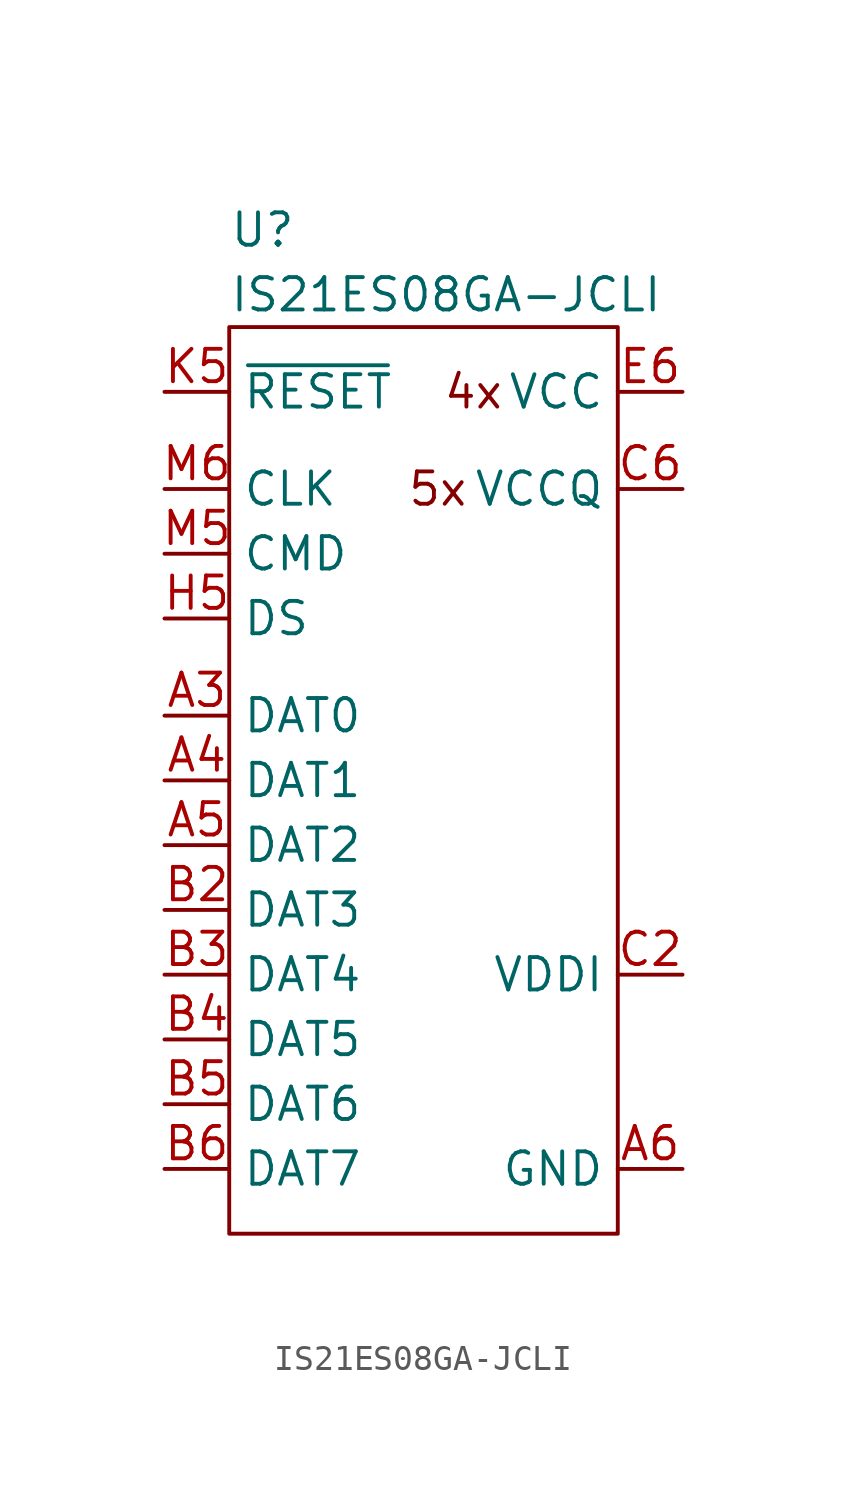
<source format=kicad_sym>
(kicad_symbol_lib
  (version 20220914)
  (generator kicad_symbol_editor)
  (symbol "IS21ES08GA-JCLI"
    (property "Reference" "U"
      (at 0 3.81 0)
      (effects (font (size 1.27 1.27)) (justify left)))
    (property "Value" "IS21ES08GA-JCLI"
      (at 0 1.27 0)
      (effects (font (size 1.27 1.27)) (justify left)))
    (symbol "IS21ES08GA-JCLI_0_0"
      (pin unspecified line (at 8.89 -12.7 0) (length 2.54) hide (name "NC" (effects (font (size 1.27 1.27)))) (number "A1" (effects (font (size 1.27 1.27)))))
      (pin unspecified line (at 8.89 -12.7 0) (length 2.54) hide (name "NC" (effects (font (size 1.27 1.27)))) (number "A10" (effects (font (size 1.27 1.27)))))
      (pin unspecified line (at 8.89 -12.7 0) (length 2.54) hide (name "NC" (effects (font (size 1.27 1.27)))) (number "A11" (effects (font (size 1.27 1.27)))))
      (pin unspecified line (at 8.89 -12.7 0) (length 2.54) hide (name "NC" (effects (font (size 1.27 1.27)))) (number "A12" (effects (font (size 1.27 1.27)))))
      (pin unspecified line (at 8.89 -12.7 0) (length 2.54) hide (name "NC" (effects (font (size 1.27 1.27)))) (number "A13" (effects (font (size 1.27 1.27)))))
      (pin unspecified line (at 8.89 -12.7 0) (length 2.54) hide (name "NC" (effects (font (size 1.27 1.27)))) (number "A14" (effects (font (size 1.27 1.27)))))
      (pin unspecified line (at 8.89 -12.7 0) (length 2.54) hide (name "NC" (effects (font (size 1.27 1.27)))) (number "A2" (effects (font (size 1.27 1.27)))))
      (pin unspecified line (at -2.54 -15.24 0) (length 2.54) (name "DAT0" (effects (font (size 1.27 1.27)))) (number "A3" (effects (font (size 1.27 1.27)))))
      (pin unspecified line (at -2.54 -17.78 0) (length 2.54) (name "DAT1" (effects (font (size 1.27 1.27)))) (number "A4" (effects (font (size 1.27 1.27)))))
      (pin unspecified line (at -2.54 -20.32 0) (length 2.54) (name "DAT2" (effects (font (size 1.27 1.27)))) (number "A5" (effects (font (size 1.27 1.27)))))
      (pin unspecified line (at 17.78 -33.02 180) (length 2.54) (name "GND" (effects (font (size 1.27 1.27)))) (number "A6" (effects (font (size 1.27 1.27)))))
      (pin unspecified line (at 8.89 -12.7 0) (length 2.54) hide (name "NC" (effects (font (size 1.27 1.27)))) (number "A7" (effects (font (size 1.27 1.27)))))
      (pin unspecified line (at 8.89 -12.7 0) (length 2.54) hide (name "NC" (effects (font (size 1.27 1.27)))) (number "A8" (effects (font (size 1.27 1.27)))))
      (pin unspecified line (at 8.89 -12.7 0) (length 2.54) hide (name "NC" (effects (font (size 1.27 1.27)))) (number "A9" (effects (font (size 1.27 1.27)))))
      (pin unspecified line (at 8.89 -12.7 0) (length 2.54) hide (name "NC" (effects (font (size 1.27 1.27)))) (number "B1" (effects (font (size 1.27 1.27)))))
      (pin unspecified line (at 8.89 -12.7 0) (length 2.54) hide (name "NC" (effects (font (size 1.27 1.27)))) (number "B10" (effects (font (size 1.27 1.27)))))
      (pin unspecified line (at 8.89 -12.7 0) (length 2.54) hide (name "NC" (effects (font (size 1.27 1.27)))) (number "B11" (effects (font (size 1.27 1.27)))))
      (pin unspecified line (at 8.89 -12.7 0) (length 2.54) hide (name "NC" (effects (font (size 1.27 1.27)))) (number "B12" (effects (font (size 1.27 1.27)))))
      (pin unspecified line (at 8.89 -12.7 0) (length 2.54) hide (name "NC" (effects (font (size 1.27 1.27)))) (number "B13" (effects (font (size 1.27 1.27)))))
      (pin unspecified line (at 8.89 -12.7 0) (length 2.54) hide (name "NC" (effects (font (size 1.27 1.27)))) (number "B14" (effects (font (size 1.27 1.27)))))
      (pin unspecified line (at -2.54 -22.86 0) (length 2.54) (name "DAT3" (effects (font (size 1.27 1.27)))) (number "B2" (effects (font (size 1.27 1.27)))))
      (pin unspecified line (at -2.54 -25.4 0) (length 2.54) (name "DAT4" (effects (font (size 1.27 1.27)))) (number "B3" (effects (font (size 1.27 1.27)))))
      (pin unspecified line (at -2.54 -27.94 0) (length 2.54) (name "DAT5" (effects (font (size 1.27 1.27)))) (number "B4" (effects (font (size 1.27 1.27)))))
      (pin unspecified line (at -2.54 -30.48 0) (length 2.54) (name "DAT6" (effects (font (size 1.27 1.27)))) (number "B5" (effects (font (size 1.27 1.27)))))
      (pin unspecified line (at -2.54 -33.02 0) (length 2.54) (name "DAT7" (effects (font (size 1.27 1.27)))) (number "B6" (effects (font (size 1.27 1.27)))))
      (pin unspecified line (at 8.89 -12.7 0) (length 2.54) hide (name "NC" (effects (font (size 1.27 1.27)))) (number "B7" (effects (font (size 1.27 1.27)))))
      (pin unspecified line (at 8.89 -12.7 0) (length 2.54) hide (name "NC" (effects (font (size 1.27 1.27)))) (number "B8" (effects (font (size 1.27 1.27)))))
      (pin unspecified line (at 8.89 -12.7 0) (length 2.54) hide (name "NC" (effects (font (size 1.27 1.27)))) (number "B9" (effects (font (size 1.27 1.27)))))
      (pin unspecified line (at 8.89 -12.7 0) (length 2.54) hide (name "NC" (effects (font (size 1.27 1.27)))) (number "C1" (effects (font (size 1.27 1.27)))))
      (pin unspecified line (at 8.89 -12.7 0) (length 2.54) hide (name "NC" (effects (font (size 1.27 1.27)))) (number "C10" (effects (font (size 1.27 1.27)))))
      (pin unspecified line (at 8.89 -12.7 0) (length 2.54) hide (name "NC" (effects (font (size 1.27 1.27)))) (number "C11" (effects (font (size 1.27 1.27)))))
      (pin unspecified line (at 8.89 -12.7 0) (length 2.54) hide (name "NC" (effects (font (size 1.27 1.27)))) (number "C12" (effects (font (size 1.27 1.27)))))
      (pin unspecified line (at 8.89 -12.7 0) (length 2.54) hide (name "NC" (effects (font (size 1.27 1.27)))) (number "C13" (effects (font (size 1.27 1.27)))))
      (pin unspecified line (at 8.89 -12.7 0) (length 2.54) hide (name "NC" (effects (font (size 1.27 1.27)))) (number "C14" (effects (font (size 1.27 1.27)))))
      (pin unspecified line (at 17.78 -25.4 180) (length 2.54) (name "VDDI" (effects (font (size 1.27 1.27)))) (number "C2" (effects (font (size 1.27 1.27)))))
      (pin unspecified line (at 8.89 -12.7 0) (length 2.54) hide (name "NC" (effects (font (size 1.27 1.27)))) (number "C3" (effects (font (size 1.27 1.27)))))
      (pin unspecified line (at 17.78 -33.02 180) (length 2.54) hide (name "GND" (effects (font (size 1.27 1.27)))) (number "C4" (effects (font (size 1.27 1.27)))))
      (pin unspecified line (at 8.89 -12.7 0) (length 2.54) hide (name "NC" (effects (font (size 1.27 1.27)))) (number "C5" (effects (font (size 1.27 1.27)))))
      (pin unspecified line (at 17.78 -6.35 180) (length 2.54) (name "VCCQ" (effects (font (size 1.27 1.27)))) (number "C6" (effects (font (size 1.27 1.27)))))
      (pin unspecified line (at 8.89 -12.7 0) (length 2.54) hide (name "NC" (effects (font (size 1.27 1.27)))) (number "C7" (effects (font (size 1.27 1.27)))))
      (pin unspecified line (at 8.89 -12.7 0) (length 2.54) hide (name "NC" (effects (font (size 1.27 1.27)))) (number "C8" (effects (font (size 1.27 1.27)))))
      (pin unspecified line (at 8.89 -12.7 0) (length 2.54) hide (name "NC" (effects (font (size 1.27 1.27)))) (number "C9" (effects (font (size 1.27 1.27)))))
      (pin unspecified line (at 8.89 -12.7 0) (length 2.54) hide (name "NC" (effects (font (size 1.27 1.27)))) (number "D1" (effects (font (size 1.27 1.27)))))
      (pin unspecified line (at 8.89 -12.7 0) (length 2.54) hide (name "NC" (effects (font (size 1.27 1.27)))) (number "D12" (effects (font (size 1.27 1.27)))))
      (pin unspecified line (at 8.89 -12.7 0) (length 2.54) hide (name "NC" (effects (font (size 1.27 1.27)))) (number "D13" (effects (font (size 1.27 1.27)))))
      (pin unspecified line (at 8.89 -12.7 0) (length 2.54) hide (name "NC" (effects (font (size 1.27 1.27)))) (number "D14" (effects (font (size 1.27 1.27)))))
      (pin unspecified line (at 8.89 -12.7 0) (length 2.54) hide (name "NC" (effects (font (size 1.27 1.27)))) (number "D2" (effects (font (size 1.27 1.27)))))
      (pin unspecified line (at 8.89 -12.7 0) (length 2.54) hide (name "NC" (effects (font (size 1.27 1.27)))) (number "D3" (effects (font (size 1.27 1.27)))))
      (pin unspecified line (at 8.89 -12.7 0) (length 2.54) hide (name "NC" (effects (font (size 1.27 1.27)))) (number "D4" (effects (font (size 1.27 1.27)))))
      (pin unspecified line (at 8.89 -12.7 0) (length 2.54) hide (name "NC" (effects (font (size 1.27 1.27)))) (number "E1" (effects (font (size 1.27 1.27)))))
      (pin unspecified line (at 8.89 -12.7 0) (length 2.54) hide (name "NC" (effects (font (size 1.27 1.27)))) (number "E10" (effects (font (size 1.27 1.27)))))
      (pin unspecified line (at 8.89 -12.7 0) (length 2.54) hide (name "NC" (effects (font (size 1.27 1.27)))) (number "E12" (effects (font (size 1.27 1.27)))))
      (pin unspecified line (at 8.89 -12.7 0) (length 2.54) hide (name "NC" (effects (font (size 1.27 1.27)))) (number "E13" (effects (font (size 1.27 1.27)))))
      (pin unspecified line (at 8.89 -12.7 0) (length 2.54) hide (name "NC" (effects (font (size 1.27 1.27)))) (number "E14" (effects (font (size 1.27 1.27)))))
      (pin unspecified line (at 8.89 -12.7 0) (length 2.54) hide (name "NC" (effects (font (size 1.27 1.27)))) (number "E2" (effects (font (size 1.27 1.27)))))
      (pin unspecified line (at 8.89 -12.7 0) (length 2.54) hide (name "NC" (effects (font (size 1.27 1.27)))) (number "E3" (effects (font (size 1.27 1.27)))))
      (pin unspecified line (at 8.89 -12.7 0) (length 2.54) hide (name "NC" (effects (font (size 1.27 1.27)))) (number "E5" (effects (font (size 1.27 1.27)))))
      (pin unspecified line (at 17.78 -2.54 180) (length 2.54) (name "VCC" (effects (font (size 1.27 1.27)))) (number "E6" (effects (font (size 1.27 1.27)))))
      (pin unspecified line (at 17.78 -33.02 180) (length 2.54) hide (name "GND" (effects (font (size 1.27 1.27)))) (number "E7" (effects (font (size 1.27 1.27)))))
      (pin unspecified line (at 8.89 -12.7 0) (length 2.54) hide (name "NC" (effects (font (size 1.27 1.27)))) (number "E8" (effects (font (size 1.27 1.27)))))
      (pin unspecified line (at 8.89 -12.7 0) (length 2.54) hide (name "NC" (effects (font (size 1.27 1.27)))) (number "E9" (effects (font (size 1.27 1.27)))))
      (pin unspecified line (at 8.89 -12.7 0) (length 2.54) hide (name "NC" (effects (font (size 1.27 1.27)))) (number "F1" (effects (font (size 1.27 1.27)))))
      (pin unspecified line (at 8.89 -12.7 0) (length 2.54) hide (name "NC" (effects (font (size 1.27 1.27)))) (number "F10" (effects (font (size 1.27 1.27)))))
      (pin unspecified line (at 8.89 -12.7 0) (length 2.54) hide (name "NC" (effects (font (size 1.27 1.27)))) (number "F12" (effects (font (size 1.27 1.27)))))
      (pin unspecified line (at 8.89 -12.7 0) (length 2.54) hide (name "NC" (effects (font (size 1.27 1.27)))) (number "F13" (effects (font (size 1.27 1.27)))))
      (pin unspecified line (at 8.89 -12.7 0) (length 2.54) hide (name "NC" (effects (font (size 1.27 1.27)))) (number "F14" (effects (font (size 1.27 1.27)))))
      (pin unspecified line (at 8.89 -12.7 0) (length 2.54) hide (name "NC" (effects (font (size 1.27 1.27)))) (number "F2" (effects (font (size 1.27 1.27)))))
      (pin unspecified line (at 8.89 -12.7 0) (length 2.54) hide (name "NC" (effects (font (size 1.27 1.27)))) (number "F3" (effects (font (size 1.27 1.27)))))
      (pin unspecified line (at 17.78 -2.54 180) (length 2.54) hide (name "VCC" (effects (font (size 1.27 1.27)))) (number "F5" (effects (font (size 1.27 1.27)))))
      (pin unspecified line (at 8.89 -12.7 0) (length 2.54) hide (name "NC" (effects (font (size 1.27 1.27)))) (number "G1" (effects (font (size 1.27 1.27)))))
      (pin unspecified line (at 8.89 -12.7 0) (length 2.54) hide (name "NC" (effects (font (size 1.27 1.27)))) (number "G10" (effects (font (size 1.27 1.27)))))
      (pin unspecified line (at 8.89 -12.7 0) (length 2.54) hide (name "NC" (effects (font (size 1.27 1.27)))) (number "G12" (effects (font (size 1.27 1.27)))))
      (pin unspecified line (at 8.89 -12.7 0) (length 2.54) hide (name "NC" (effects (font (size 1.27 1.27)))) (number "G13" (effects (font (size 1.27 1.27)))))
      (pin unspecified line (at 8.89 -12.7 0) (length 2.54) hide (name "NC" (effects (font (size 1.27 1.27)))) (number "G14" (effects (font (size 1.27 1.27)))))
      (pin unspecified line (at 8.89 -12.7 0) (length 2.54) hide (name "NC" (effects (font (size 1.27 1.27)))) (number "G2" (effects (font (size 1.27 1.27)))))
      (pin unspecified line (at 8.89 -12.7 0) (length 2.54) hide (name "NC" (effects (font (size 1.27 1.27)))) (number "G3" (effects (font (size 1.27 1.27)))))
      (pin unspecified line (at 17.78 -33.02 180) (length 2.54) hide (name "GND" (effects (font (size 1.27 1.27)))) (number "G5" (effects (font (size 1.27 1.27)))))
      (pin unspecified line (at 8.89 -12.7 0) (length 2.54) hide (name "NC" (effects (font (size 1.27 1.27)))) (number "H1" (effects (font (size 1.27 1.27)))))
      (pin unspecified line (at 17.78 -33.02 180) (length 2.54) hide (name "GND" (effects (font (size 1.27 1.27)))) (number "H10" (effects (font (size 1.27 1.27)))))
      (pin unspecified line (at 8.89 -12.7 0) (length 2.54) hide (name "NC" (effects (font (size 1.27 1.27)))) (number "H12" (effects (font (size 1.27 1.27)))))
      (pin unspecified line (at 8.89 -12.7 0) (length 2.54) hide (name "NC" (effects (font (size 1.27 1.27)))) (number "H13" (effects (font (size 1.27 1.27)))))
      (pin unspecified line (at 8.89 -12.7 0) (length 2.54) hide (name "NC" (effects (font (size 1.27 1.27)))) (number "H14" (effects (font (size 1.27 1.27)))))
      (pin unspecified line (at 8.89 -12.7 0) (length 2.54) hide (name "NC" (effects (font (size 1.27 1.27)))) (number "H2" (effects (font (size 1.27 1.27)))))
      (pin unspecified line (at 8.89 -12.7 0) (length 2.54) hide (name "NC" (effects (font (size 1.27 1.27)))) (number "H3" (effects (font (size 1.27 1.27)))))
      (pin unspecified line (at -2.54 -11.43 0) (length 2.54) (name "DS" (effects (font (size 1.27 1.27)))) (number "H5" (effects (font (size 1.27 1.27)))))
      (pin unspecified line (at 8.89 -12.7 0) (length 2.54) hide (name "NC" (effects (font (size 1.27 1.27)))) (number "J1" (effects (font (size 1.27 1.27)))))
      (pin unspecified line (at 17.78 -2.54 180) (length 2.54) hide (name "VCC" (effects (font (size 1.27 1.27)))) (number "J10" (effects (font (size 1.27 1.27)))))
      (pin unspecified line (at 8.89 -12.7 0) (length 2.54) hide (name "NC" (effects (font (size 1.27 1.27)))) (number "J12" (effects (font (size 1.27 1.27)))))
      (pin unspecified line (at 8.89 -12.7 0) (length 2.54) hide (name "NC" (effects (font (size 1.27 1.27)))) (number "J13" (effects (font (size 1.27 1.27)))))
      (pin unspecified line (at 8.89 -12.7 0) (length 2.54) hide (name "NC" (effects (font (size 1.27 1.27)))) (number "J14" (effects (font (size 1.27 1.27)))))
      (pin unspecified line (at 8.89 -12.7 0) (length 2.54) hide (name "NC" (effects (font (size 1.27 1.27)))) (number "J2" (effects (font (size 1.27 1.27)))))
      (pin unspecified line (at 8.89 -12.7 0) (length 2.54) hide (name "NC" (effects (font (size 1.27 1.27)))) (number "J3" (effects (font (size 1.27 1.27)))))
      (pin unspecified line (at 17.78 -33.02 180) (length 2.54) hide (name "GND" (effects (font (size 1.27 1.27)))) (number "J5" (effects (font (size 1.27 1.27)))))
      (pin unspecified line (at 8.89 -12.7 0) (length 2.54) hide (name "NC" (effects (font (size 1.27 1.27)))) (number "K1" (effects (font (size 1.27 1.27)))))
      (pin unspecified line (at 8.89 -12.7 0) (length 2.54) hide (name "NC" (effects (font (size 1.27 1.27)))) (number "K10" (effects (font (size 1.27 1.27)))))
      (pin unspecified line (at 8.89 -12.7 0) (length 2.54) hide (name "NC" (effects (font (size 1.27 1.27)))) (number "K12" (effects (font (size 1.27 1.27)))))
      (pin unspecified line (at 8.89 -12.7 0) (length 2.54) hide (name "NC" (effects (font (size 1.27 1.27)))) (number "K13" (effects (font (size 1.27 1.27)))))
      (pin unspecified line (at 8.89 -12.7 0) (length 2.54) hide (name "NC" (effects (font (size 1.27 1.27)))) (number "K14" (effects (font (size 1.27 1.27)))))
      (pin unspecified line (at 8.89 -12.7 0) (length 2.54) hide (name "NC" (effects (font (size 1.27 1.27)))) (number "K2" (effects (font (size 1.27 1.27)))))
      (pin unspecified line (at 8.89 -12.7 0) (length 2.54) hide (name "NC" (effects (font (size 1.27 1.27)))) (number "K3" (effects (font (size 1.27 1.27)))))
      (pin unspecified line (at -2.54 -2.54 0) (length 2.54) (name "~{RESET}" (effects (font (size 1.27 1.27)))) (number "K5" (effects (font (size 1.27 1.27)))))
      (pin unspecified line (at 8.89 -12.7 0) (length 2.54) hide (name "NC" (effects (font (size 1.27 1.27)))) (number "K6" (effects (font (size 1.27 1.27)))))
      (pin unspecified line (at 8.89 -12.7 0) (length 2.54) hide (name "NC" (effects (font (size 1.27 1.27)))) (number "K7" (effects (font (size 1.27 1.27)))))
      (pin unspecified line (at 17.78 -33.02 180) (length 2.54) hide (name "GND" (effects (font (size 1.27 1.27)))) (number "K8" (effects (font (size 1.27 1.27)))))
      (pin unspecified line (at 17.78 -2.54 180) (length 2.54) hide (name "VCC" (effects (font (size 1.27 1.27)))) (number "K9" (effects (font (size 1.27 1.27)))))
      (pin unspecified line (at 8.89 -12.7 0) (length 2.54) hide (name "NC" (effects (font (size 1.27 1.27)))) (number "L1" (effects (font (size 1.27 1.27)))))
      (pin unspecified line (at 8.89 -12.7 0) (length 2.54) hide (name "NC" (effects (font (size 1.27 1.27)))) (number "L12" (effects (font (size 1.27 1.27)))))
      (pin unspecified line (at 8.89 -12.7 0) (length 2.54) hide (name "NC" (effects (font (size 1.27 1.27)))) (number "L13" (effects (font (size 1.27 1.27)))))
      (pin unspecified line (at 8.89 -12.7 0) (length 2.54) hide (name "NC" (effects (font (size 1.27 1.27)))) (number "L14" (effects (font (size 1.27 1.27)))))
      (pin unspecified line (at 8.89 -12.7 0) (length 2.54) hide (name "NC" (effects (font (size 1.27 1.27)))) (number "L2" (effects (font (size 1.27 1.27)))))
      (pin unspecified line (at 8.89 -12.7 0) (length 2.54) hide (name "NC" (effects (font (size 1.27 1.27)))) (number "L3" (effects (font (size 1.27 1.27)))))
      (pin unspecified line (at 8.89 -12.7 0) (length 2.54) hide (name "NC" (effects (font (size 1.27 1.27)))) (number "M1" (effects (font (size 1.27 1.27)))))
      (pin unspecified line (at 8.89 -12.7 0) (length 2.54) hide (name "NC" (effects (font (size 1.27 1.27)))) (number "M10" (effects (font (size 1.27 1.27)))))
      (pin unspecified line (at 8.89 -12.7 0) (length 2.54) hide (name "NC" (effects (font (size 1.27 1.27)))) (number "M11" (effects (font (size 1.27 1.27)))))
      (pin unspecified line (at 8.89 -12.7 0) (length 2.54) hide (name "NC" (effects (font (size 1.27 1.27)))) (number "M12" (effects (font (size 1.27 1.27)))))
      (pin unspecified line (at 8.89 -12.7 0) (length 2.54) hide (name "NC" (effects (font (size 1.27 1.27)))) (number "M13" (effects (font (size 1.27 1.27)))))
      (pin unspecified line (at 8.89 -12.7 0) (length 2.54) hide (name "NC" (effects (font (size 1.27 1.27)))) (number "M14" (effects (font (size 1.27 1.27)))))
      (pin unspecified line (at 8.89 -12.7 0) (length 2.54) hide (name "NC" (effects (font (size 1.27 1.27)))) (number "M2" (effects (font (size 1.27 1.27)))))
      (pin unspecified line (at 8.89 -12.7 0) (length 2.54) hide (name "NC" (effects (font (size 1.27 1.27)))) (number "M3" (effects (font (size 1.27 1.27)))))
      (pin unspecified line (at 17.78 -6.35 180) (length 2.54) hide (name "VCCQ" (effects (font (size 1.27 1.27)))) (number "M4" (effects (font (size 1.27 1.27)))))
      (pin unspecified line (at -2.54 -8.89 0) (length 2.54) (name "CMD" (effects (font (size 1.27 1.27)))) (number "M5" (effects (font (size 1.27 1.27)))))
      (pin unspecified line (at -2.54 -6.35 0) (length 2.54) (name "CLK" (effects (font (size 1.27 1.27)))) (number "M6" (effects (font (size 1.27 1.27)))))
      (pin unspecified line (at 8.89 -12.7 0) (length 2.54) hide (name "NC" (effects (font (size 1.27 1.27)))) (number "M7" (effects (font (size 1.27 1.27)))))
      (pin unspecified line (at 8.89 -12.7 0) (length 2.54) hide (name "NC" (effects (font (size 1.27 1.27)))) (number "M8" (effects (font (size 1.27 1.27)))))
      (pin unspecified line (at 8.89 -12.7 0) (length 2.54) hide (name "NC" (effects (font (size 1.27 1.27)))) (number "M9" (effects (font (size 1.27 1.27)))))
      (pin unspecified line (at 8.89 -12.7 0) (length 2.54) hide (name "NC" (effects (font (size 1.27 1.27)))) (number "N1" (effects (font (size 1.27 1.27)))))
      (pin unspecified line (at 8.89 -12.7 0) (length 2.54) hide (name "NC" (effects (font (size 1.27 1.27)))) (number "N10" (effects (font (size 1.27 1.27)))))
      (pin unspecified line (at 8.89 -12.7 0) (length 2.54) hide (name "NC" (effects (font (size 1.27 1.27)))) (number "N11" (effects (font (size 1.27 1.27)))))
      (pin unspecified line (at 8.89 -12.7 0) (length 2.54) hide (name "NC" (effects (font (size 1.27 1.27)))) (number "N12" (effects (font (size 1.27 1.27)))))
      (pin unspecified line (at 8.89 -12.7 0) (length 2.54) hide (name "NC" (effects (font (size 1.27 1.27)))) (number "N13" (effects (font (size 1.27 1.27)))))
      (pin unspecified line (at 8.89 -12.7 0) (length 2.54) hide (name "NC" (effects (font (size 1.27 1.27)))) (number "N14" (effects (font (size 1.27 1.27)))))
      (pin unspecified line (at 17.78 -33.02 180) (length 2.54) hide (name "GND" (effects (font (size 1.27 1.27)))) (number "N2" (effects (font (size 1.27 1.27)))))
      (pin unspecified line (at 8.89 -12.7 0) (length 2.54) hide (name "NC" (effects (font (size 1.27 1.27)))) (number "N3" (effects (font (size 1.27 1.27)))))
      (pin unspecified line (at 17.78 -6.35 180) (length 2.54) hide (name "VCCQ" (effects (font (size 1.27 1.27)))) (number "N4" (effects (font (size 1.27 1.27)))))
      (pin unspecified line (at 17.78 -33.02 180) (length 2.54) hide (name "GND" (effects (font (size 1.27 1.27)))) (number "N5" (effects (font (size 1.27 1.27)))))
      (pin unspecified line (at 8.89 -12.7 0) (length 2.54) hide (name "NC" (effects (font (size 1.27 1.27)))) (number "N6" (effects (font (size 1.27 1.27)))))
      (pin unspecified line (at 8.89 -12.7 0) (length 2.54) hide (name "NC" (effects (font (size 1.27 1.27)))) (number "N7" (effects (font (size 1.27 1.27)))))
      (pin unspecified line (at 8.89 -12.7 0) (length 2.54) hide (name "NC" (effects (font (size 1.27 1.27)))) (number "N8" (effects (font (size 1.27 1.27)))))
      (pin unspecified line (at 8.89 -12.7 0) (length 2.54) hide (name "NC" (effects (font (size 1.27 1.27)))) (number "N9" (effects (font (size 1.27 1.27)))))
      (pin unspecified line (at 8.89 -12.7 0) (length 2.54) hide (name "NC" (effects (font (size 1.27 1.27)))) (number "P1" (effects (font (size 1.27 1.27)))))
      (pin unspecified line (at 8.89 -12.7 0) (length 2.54) hide (name "NC" (effects (font (size 1.27 1.27)))) (number "P10" (effects (font (size 1.27 1.27)))))
      (pin unspecified line (at 8.89 -12.7 0) (length 2.54) hide (name "NC" (effects (font (size 1.27 1.27)))) (number "P11" (effects (font (size 1.27 1.27)))))
      (pin unspecified line (at 8.89 -12.7 0) (length 2.54) hide (name "NC" (effects (font (size 1.27 1.27)))) (number "P12" (effects (font (size 1.27 1.27)))))
      (pin unspecified line (at 8.89 -12.7 0) (length 2.54) hide (name "NC" (effects (font (size 1.27 1.27)))) (number "P13" (effects (font (size 1.27 1.27)))))
      (pin unspecified line (at 8.89 -12.7 0) (length 2.54) hide (name "NC" (effects (font (size 1.27 1.27)))) (number "P14" (effects (font (size 1.27 1.27)))))
      (pin unspecified line (at 8.89 -12.7 0) (length 2.54) hide (name "NC" (effects (font (size 1.27 1.27)))) (number "P2" (effects (font (size 1.27 1.27)))))
      (pin unspecified line (at 17.78 -6.35 180) (length 2.54) hide (name "VCCQ" (effects (font (size 1.27 1.27)))) (number "P3" (effects (font (size 1.27 1.27)))))
      (pin unspecified line (at 17.78 -33.02 180) (length 2.54) hide (name "GND" (effects (font (size 1.27 1.27)))) (number "P4" (effects (font (size 1.27 1.27)))))
      (pin unspecified line (at 17.78 -6.35 180) (length 2.54) hide (name "VCCQ" (effects (font (size 1.27 1.27)))) (number "P5" (effects (font (size 1.27 1.27)))))
      (pin unspecified line (at 17.78 -33.02 180) (length 2.54) hide (name "GND" (effects (font (size 1.27 1.27)))) (number "P6" (effects (font (size 1.27 1.27)))))
      (pin unspecified line (at 8.89 -12.7 0) (length 2.54) hide (name "NC" (effects (font (size 1.27 1.27)))) (number "P7" (effects (font (size 1.27 1.27)))))
      (pin unspecified line (at 8.89 -12.7 0) (length 2.54) hide (name "NC" (effects (font (size 1.27 1.27)))) (number "P8" (effects (font (size 1.27 1.27)))))
      (pin unspecified line (at 8.89 -12.7 0) (length 2.54) hide (name "NC" (effects (font (size 1.27 1.27)))) (number "P9" (effects (font (size 1.27 1.27))))))
    (symbol "IS21ES08GA-JCLI_0_1"
      (rectangle (start 0 0) (end 15.24 -35.56) (stroke (width 0) (type default)) (fill (type none)))
      (text "4x" (at 10.795 -2.54 0) (effects (font (size 1.27 1.27)) (justify right)))
      (text "5x" (at 9.398 -6.35 0) (effects (font (size 1.27 1.27)) (justify right))))))
</source>
